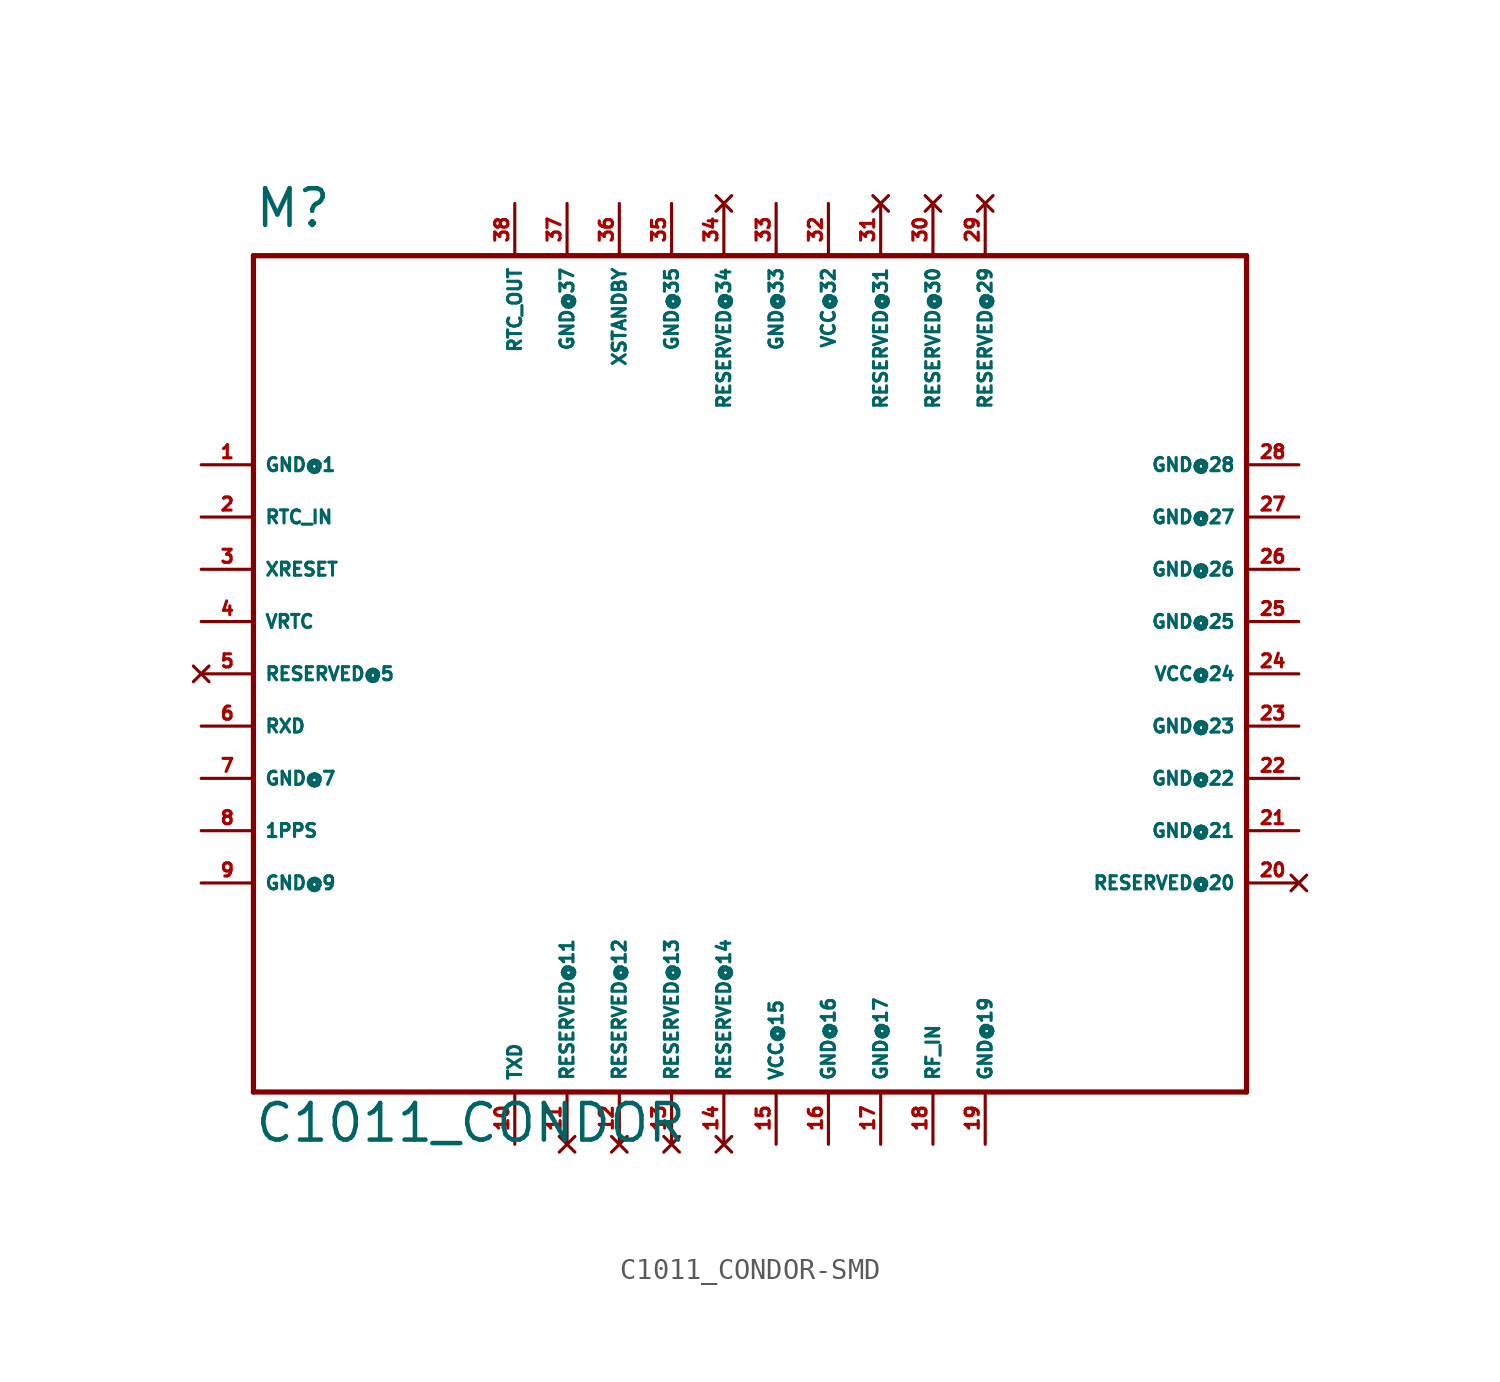
<source format=kicad_sym>
(kicad_symbol_lib
  (version 20220914)
  (generator Eagle2Kicad)
  (symbol "C1011_CONDOR-SMD"
    (property "Reference" "M"
      (at -22.86 21.59 0)
      (effects (font (size 1.778 1.778) (thickness 0.22)) (justify left bottom)))
    (property "Value" "C1011_CONDOR"
      (at -22.86 -22.86 0)
      (effects (font (size 1.778 1.778) (thickness 0.22)) (justify left bottom)))
    (polyline
      (pts (xy 25.4 20.32) (xy -22.86 20.32))
      (stroke (width 0.254) (type default))
      (fill (type none)))
    (polyline
      (pts (xy -22.86 20.32) (xy -22.86 -20.32))
      (stroke (width 0.254) (type default))
      (fill (type none)))
    (polyline
      (pts (xy -22.86 -20.32) (xy 25.4 -20.32))
      (stroke (width 0.254) (type default))
      (fill (type none)))
    (polyline
      (pts (xy 25.4 -20.32) (xy 25.4 20.32))
      (stroke (width 0.254) (type default))
      (fill (type none)))
    (pin unspecified line
      (at 5.08 -22.86 90)
      (length 2.54)
      (name "GND@16" (effects (font (size 0.635 0.635) (thickness 0.08)) (justify left bottom)))
      (number "16" (effects (font (size 0.635 0.635) (thickness 0.08)) (justify left bottom))))
    (pin unspecified line
      (at -25.4 -10.16 0)
      (length 2.54)
      (name "GND@9" (effects (font (size 0.635 0.635) (thickness 0.08)) (justify left bottom)))
      (number "9" (effects (font (size 0.635 0.635) (thickness 0.08)) (justify left bottom))))
    (pin input line
      (at 10.16 -22.86 90)
      (length 2.54)
      (name "RF_IN" (effects (font (size 0.635 0.635) (thickness 0.08)) (justify left bottom)))
      (number "18" (effects (font (size 0.635 0.635) (thickness 0.08)) (justify left bottom))))
    (pin unspecified line
      (at -25.4 10.16 0)
      (length 2.54)
      (name "GND@1" (effects (font (size 0.635 0.635) (thickness 0.08)) (justify left bottom)))
      (number "1" (effects (font (size 0.635 0.635) (thickness 0.08)) (justify left bottom))))
    (pin input line
      (at -25.4 7.62 0)
      (length 2.54)
      (name "RTC_IN" (effects (font (size 0.635 0.635) (thickness 0.08)) (justify left bottom)))
      (number "2" (effects (font (size 0.635 0.635) (thickness 0.08)) (justify left bottom))))
    (pin output line
      (at -10.16 -22.86 90)
      (length 2.54)
      (name "TXD" (effects (font (size 0.635 0.635) (thickness 0.08)) (justify left bottom)))
      (number "10" (effects (font (size 0.635 0.635) (thickness 0.08)) (justify left bottom))))
    (pin input line
      (at -25.4 -2.54 0)
      (length 2.54)
      (name "RXD" (effects (font (size 0.635 0.635) (thickness 0.08)) (justify left bottom)))
      (number "6" (effects (font (size 0.635 0.635) (thickness 0.08)) (justify left bottom))))
    (pin input line
      (at -25.4 2.54 0)
      (length 2.54)
      (name "VRTC" (effects (font (size 0.635 0.635) (thickness 0.08)) (justify left bottom)))
      (number "4" (effects (font (size 0.635 0.635) (thickness 0.08)) (justify left bottom))))
    (pin unspecified line
      (at 2.54 -22.86 90)
      (length 2.54)
      (name "VCC@15" (effects (font (size 0.635 0.635) (thickness 0.08)) (justify left bottom)))
      (number "15" (effects (font (size 0.635 0.635) (thickness 0.08)) (justify left bottom))))
    (pin unspecified line
      (at -25.4 -5.08 0)
      (length 2.54)
      (name "GND@7" (effects (font (size 0.635 0.635) (thickness 0.08)) (justify left bottom)))
      (number "7" (effects (font (size 0.635 0.635) (thickness 0.08)) (justify left bottom))))
    (pin no_connect line
      (at -7.62 -22.86 90)
      (length 2.54)
      (name "RESERVED@11" (effects (font (size 0.635 0.635) (thickness 0.08)) (justify left bottom) hide))
      (number "11" (effects (font (size 0.635 0.635) (thickness 0.08)) (justify left bottom) hide)))
    (pin input line
      (at -25.4 5.08 0)
      (length 2.54)
      (name "XRESET" (effects (font (size 0.635 0.635) (thickness 0.08)) (justify left bottom)))
      (number "3" (effects (font (size 0.635 0.635) (thickness 0.08)) (justify left bottom))))
    (pin output line
      (at -25.4 -7.62 0)
      (length 2.54)
      (name "1PPS" (effects (font (size 0.635 0.635) (thickness 0.08)) (justify left bottom)))
      (number "8" (effects (font (size 0.635 0.635) (thickness 0.08)) (justify left bottom))))
    (pin no_connect line
      (at -5.08 -22.86 90)
      (length 2.54)
      (name "RESERVED@12" (effects (font (size 0.635 0.635) (thickness 0.08)) (justify left bottom) hide))
      (number "12" (effects (font (size 0.635 0.635) (thickness 0.08)) (justify left bottom) hide)))
    (pin no_connect line
      (at -2.54 -22.86 90)
      (length 2.54)
      (name "RESERVED@13" (effects (font (size 0.635 0.635) (thickness 0.08)) (justify left bottom) hide))
      (number "13" (effects (font (size 0.635 0.635) (thickness 0.08)) (justify left bottom) hide)))
    (pin no_connect line
      (at -25.4 0 0)
      (length 2.54)
      (name "RESERVED@5" (effects (font (size 0.635 0.635) (thickness 0.08)) (justify left bottom) hide))
      (number "5" (effects (font (size 0.635 0.635) (thickness 0.08)) (justify left bottom) hide)))
    (pin no_connect line
      (at 0 -22.86 90)
      (length 2.54)
      (name "RESERVED@14" (effects (font (size 0.635 0.635) (thickness 0.08)) (justify left bottom) hide))
      (number "14" (effects (font (size 0.635 0.635) (thickness 0.08)) (justify left bottom) hide)))
    (pin unspecified line
      (at 7.62 -22.86 90)
      (length 2.54)
      (name "GND@17" (effects (font (size 0.635 0.635) (thickness 0.08)) (justify left bottom)))
      (number "17" (effects (font (size 0.635 0.635) (thickness 0.08)) (justify left bottom))))
    (pin unspecified line
      (at 12.7 -22.86 90)
      (length 2.54)
      (name "GND@19" (effects (font (size 0.635 0.635) (thickness 0.08)) (justify left bottom)))
      (number "19" (effects (font (size 0.635 0.635) (thickness 0.08)) (justify left bottom))))
    (pin no_connect line
      (at 27.94 -10.16 180)
      (length 2.54)
      (name "RESERVED@20" (effects (font (size 0.635 0.635) (thickness 0.08)) (justify left bottom) hide))
      (number "20" (effects (font (size 0.635 0.635) (thickness 0.08)) (justify left bottom) hide)))
    (pin unspecified line
      (at 27.94 -7.62 180)
      (length 2.54)
      (name "GND@21" (effects (font (size 0.635 0.635) (thickness 0.08)) (justify left bottom)))
      (number "21" (effects (font (size 0.635 0.635) (thickness 0.08)) (justify left bottom))))
    (pin unspecified line
      (at 27.94 -5.08 180)
      (length 2.54)
      (name "GND@22" (effects (font (size 0.635 0.635) (thickness 0.08)) (justify left bottom)))
      (number "22" (effects (font (size 0.635 0.635) (thickness 0.08)) (justify left bottom))))
    (pin unspecified line
      (at 27.94 -2.54 180)
      (length 2.54)
      (name "GND@23" (effects (font (size 0.635 0.635) (thickness 0.08)) (justify left bottom)))
      (number "23" (effects (font (size 0.635 0.635) (thickness 0.08)) (justify left bottom))))
    (pin unspecified line
      (at 27.94 0 180)
      (length 2.54)
      (name "VCC@24" (effects (font (size 0.635 0.635) (thickness 0.08)) (justify left bottom)))
      (number "24" (effects (font (size 0.635 0.635) (thickness 0.08)) (justify left bottom))))
    (pin unspecified line
      (at 27.94 2.54 180)
      (length 2.54)
      (name "GND@25" (effects (font (size 0.635 0.635) (thickness 0.08)) (justify left bottom)))
      (number "25" (effects (font (size 0.635 0.635) (thickness 0.08)) (justify left bottom))))
    (pin unspecified line
      (at 27.94 5.08 180)
      (length 2.54)
      (name "GND@26" (effects (font (size 0.635 0.635) (thickness 0.08)) (justify left bottom)))
      (number "26" (effects (font (size 0.635 0.635) (thickness 0.08)) (justify left bottom))))
    (pin unspecified line
      (at 27.94 7.62 180)
      (length 2.54)
      (name "GND@27" (effects (font (size 0.635 0.635) (thickness 0.08)) (justify left bottom)))
      (number "27" (effects (font (size 0.635 0.635) (thickness 0.08)) (justify left bottom))))
    (pin unspecified line
      (at 27.94 10.16 180)
      (length 2.54)
      (name "GND@28" (effects (font (size 0.635 0.635) (thickness 0.08)) (justify left bottom)))
      (number "28" (effects (font (size 0.635 0.635) (thickness 0.08)) (justify left bottom))))
    (pin no_connect line
      (at 12.7 22.86 270)
      (length 2.54)
      (name "RESERVED@29" (effects (font (size 0.635 0.635) (thickness 0.08)) (justify left bottom) hide))
      (number "29" (effects (font (size 0.635 0.635) (thickness 0.08)) (justify left bottom) hide)))
    (pin no_connect line
      (at 10.16 22.86 270)
      (length 2.54)
      (name "RESERVED@30" (effects (font (size 0.635 0.635) (thickness 0.08)) (justify left bottom) hide))
      (number "30" (effects (font (size 0.635 0.635) (thickness 0.08)) (justify left bottom) hide)))
    (pin no_connect line
      (at 7.62 22.86 270)
      (length 2.54)
      (name "RESERVED@31" (effects (font (size 0.635 0.635) (thickness 0.08)) (justify left bottom) hide))
      (number "31" (effects (font (size 0.635 0.635) (thickness 0.08)) (justify left bottom) hide)))
    (pin unspecified line
      (at 5.08 22.86 270)
      (length 2.54)
      (name "VCC@32" (effects (font (size 0.635 0.635) (thickness 0.08)) (justify left bottom)))
      (number "32" (effects (font (size 0.635 0.635) (thickness 0.08)) (justify left bottom))))
    (pin unspecified line
      (at 2.54 22.86 270)
      (length 2.54)
      (name "GND@33" (effects (font (size 0.635 0.635) (thickness 0.08)) (justify left bottom)))
      (number "33" (effects (font (size 0.635 0.635) (thickness 0.08)) (justify left bottom))))
    (pin no_connect line
      (at 0 22.86 270)
      (length 2.54)
      (name "RESERVED@34" (effects (font (size 0.635 0.635) (thickness 0.08)) (justify left bottom) hide))
      (number "34" (effects (font (size 0.635 0.635) (thickness 0.08)) (justify left bottom) hide)))
    (pin unspecified line
      (at -2.54 22.86 270)
      (length 2.54)
      (name "GND@35" (effects (font (size 0.635 0.635) (thickness 0.08)) (justify left bottom)))
      (number "35" (effects (font (size 0.635 0.635) (thickness 0.08)) (justify left bottom))))
    (pin input line
      (at -5.08 22.86 270)
      (length 2.54)
      (name "XSTANDBY" (effects (font (size 0.635 0.635) (thickness 0.08)) (justify left bottom)))
      (number "36" (effects (font (size 0.635 0.635) (thickness 0.08)) (justify left bottom))))
    (pin unspecified line
      (at -7.62 22.86 270)
      (length 2.54)
      (name "GND@37" (effects (font (size 0.635 0.635) (thickness 0.08)) (justify left bottom)))
      (number "37" (effects (font (size 0.635 0.635) (thickness 0.08)) (justify left bottom))))
    (pin output line
      (at -10.16 22.86 270)
      (length 2.54)
      (name "RTC_OUT" (effects (font (size 0.635 0.635) (thickness 0.08)) (justify left bottom)))
      (number "38" (effects (font (size 0.635 0.635) (thickness 0.08)) (justify left bottom))))))
</source>
